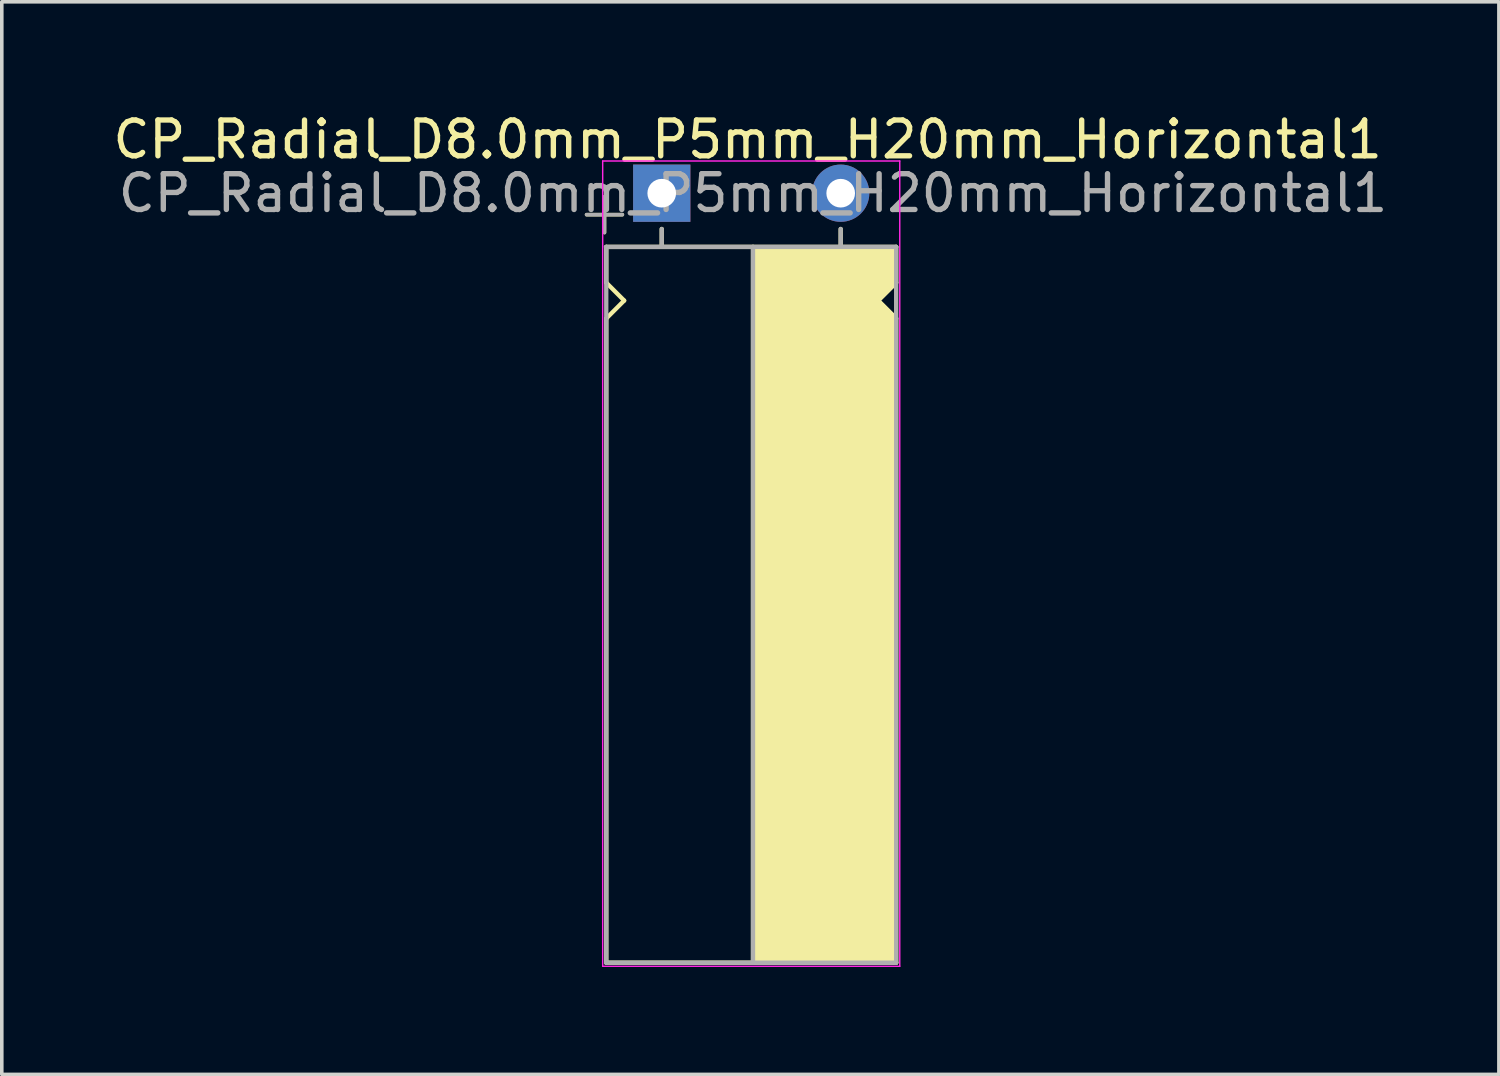
<source format=kicad_pcb>
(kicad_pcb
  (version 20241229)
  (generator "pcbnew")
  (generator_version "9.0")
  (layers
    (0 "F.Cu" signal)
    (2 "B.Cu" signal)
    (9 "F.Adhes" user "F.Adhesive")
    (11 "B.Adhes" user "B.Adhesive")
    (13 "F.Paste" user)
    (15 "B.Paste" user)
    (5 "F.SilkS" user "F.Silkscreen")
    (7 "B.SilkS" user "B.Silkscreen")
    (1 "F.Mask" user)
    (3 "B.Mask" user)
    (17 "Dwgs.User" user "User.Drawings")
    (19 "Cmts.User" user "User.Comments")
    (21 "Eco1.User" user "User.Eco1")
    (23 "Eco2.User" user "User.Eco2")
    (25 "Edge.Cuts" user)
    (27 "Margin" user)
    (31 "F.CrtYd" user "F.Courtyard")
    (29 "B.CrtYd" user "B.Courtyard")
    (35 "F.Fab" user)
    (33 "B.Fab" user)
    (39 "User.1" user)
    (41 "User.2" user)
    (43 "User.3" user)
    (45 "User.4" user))
  (footprint "CP_Radial_D8.0mm_P5mm_H20mm_Horizontal1"
    (layer "F.Cu")
    (at 16.239 2.348)
    (property "Reference" "CP_Radial_D8.0mm_P5mm_H20mm_Horizontal1" (at 1.6 -1.5 0) (layer "F.SilkS") (effects (font (size 1 1) (thickness 0.15))))
    (attr through_hole)
    (fp_line (start -2.9 0.6) (end -1.9 0.6) (stroke (width 0.1) (type solid)) (layer "F.SilkS"))
    (fp_line (start -2.4 1.1) (end -2.4 0.1) (stroke (width 0.1) (type solid)) (layer "F.SilkS"))
    (fp_line (start -2.35 1.5) (end 5.75 1.5) (stroke (width 0.12) (type solid)) (layer "F.SilkS"))
    (fp_line (start -2.35 2.5) (end -2.35 1.5) (stroke (width 0.12) (type solid)) (layer "F.SilkS"))
    (fp_line (start -2.35 3.5) (end -2.35 21.5) (stroke (width 0.12) (type solid)) (layer "F.SilkS"))
    (fp_line (start -2.35 3.5) (end -1.85 3) (stroke (width 0.12) (type solid)) (layer "F.SilkS"))
    (fp_line (start -2.35 21.5) (end 5.65 21.5) (stroke (width 0.12) (type solid)) (layer "F.SilkS"))
    (fp_line (start -1.85 3) (end -2.35 2.5) (stroke (width 0.12) (type solid)) (layer "F.SilkS"))
    (fp_line (start -0.8 1) (end -0.8 1.5) (stroke (width 0.12) (type solid)) (layer "F.SilkS"))
    (fp_line (start 1.75 21.5) (end 1.75 1.5) (stroke (width 0.12) (type solid)) (layer "F.SilkS"))
    (fp_line (start 4.2 1) (end 4.2 1.5) (stroke (width 0.12) (type solid)) (layer "F.SilkS"))
    (fp_line (start 5.25 3) (end 5.75 2.5) (stroke (width 0.12) (type solid)) (layer "F.SilkS"))
    (fp_line (start 5.75 2.5) (end 5.75 1.5) (stroke (width 0.12) (type solid)) (layer "F.SilkS"))
    (fp_line (start 5.75 3.5) (end 5.25 3) (stroke (width 0.12) (type solid)) (layer "F.SilkS"))
    (fp_line (start 5.75 3.5) (end 5.75 21.5) (stroke (width 0.12) (type solid)) (layer "F.SilkS"))
    (fp_line (start 5.75 21.5) (end 5.65 21.5) (stroke (width 0.12) (type solid)) (layer "F.SilkS"))
    (fp_poly (pts (xy 5.75 2.5) (xy 5.25 3) (xy 5.75 3.5) (xy 5.75 21.5) (xy 1.75 21.5) (xy 1.75 1.5) (xy 5.75 1.5)) (stroke (width 0.1) (type solid)) (fill yes) (layer "F.SilkS"))
    (fp_line (start -2.45 -0.9) (end 5.85 -0.9) (stroke (width 0.04) (type solid)) (layer "F.CrtYd"))
    (fp_line (start -2.45 1.5) (end -2.45 -0.9) (stroke (width 0.04) (type solid)) (layer "F.CrtYd"))
    (fp_line (start -2.45 21.6) (end -2.45 1.5) (stroke (width 0.04) (type solid)) (layer "F.CrtYd"))
    (fp_line (start 5.85 -0.9) (end 5.85 21.6) (stroke (width 0.04) (type solid)) (layer "F.CrtYd"))
    (fp_line (start 5.85 21.6) (end -2.45 21.6) (stroke (width 0.04) (type solid)) (layer "F.CrtYd"))
    (fp_line (start -2.9 0.6) (end -1.9 0.6) (stroke (width 0.1) (type solid)) (layer "F.Fab"))
    (fp_line (start -2.4 1.1) (end -2.4 0.1) (stroke (width 0.1) (type solid)) (layer "F.Fab"))
    (fp_line (start -2.35 1.5) (end 5.75 1.5) (stroke (width 0.12) (type solid)) (layer "F.Fab"))
    (fp_line (start -2.35 21.5) (end -2.35 1.5) (stroke (width 0.12) (type solid)) (layer "F.Fab"))
    (fp_line (start -0.8 1.5) (end -0.8 1) (stroke (width 0.12) (type solid)) (layer "F.Fab"))
    (fp_line (start 1.75 1.5) (end 1.75 21.5) (stroke (width 0.12) (type solid)) (layer "F.Fab"))
    (fp_line (start 4.2 1.5) (end 4.2 1) (stroke (width 0.12) (type solid)) (layer "F.Fab"))
    (fp_line (start 5.75 1.5) (end 5.75 21.5) (stroke (width 0.12) (type solid)) (layer "F.Fab"))
    (fp_line (start 5.75 21.5) (end -2.35 21.5) (stroke (width 0.12) (type solid)) (layer "F.Fab"))
    (fp_poly (pts (xy 5.75 21.5) (xy 1.75 21.5) (xy 1.75 1.5) (xy 5.75 1.5)) (stroke (width 0.1) (type solid)) (fill no) (layer "F.Fab"))
    (fp_text user "${REFERENCE}" (at 1.75 0 0) (layer "F.Fab") (effects (font (size 1 1) (thickness 0.15))))
    (pad "1" thru_hole rect (at -0.8 0) (size 1.6 1.6) (drill 0.8) (layers "*.Cu" "*.Mask"))
    (pad "2" thru_hole circle (at 4.2 0) (size 1.6 1.6) (drill 0.8) (layers "*.Cu" "*.Mask")))
  (gr_rect
    (start -3 -3)
    (end 38.829 26.968)
    (stroke (width 0.1) (type default))
    (fill no)
    (layer "Edge.Cuts")))
</source>
